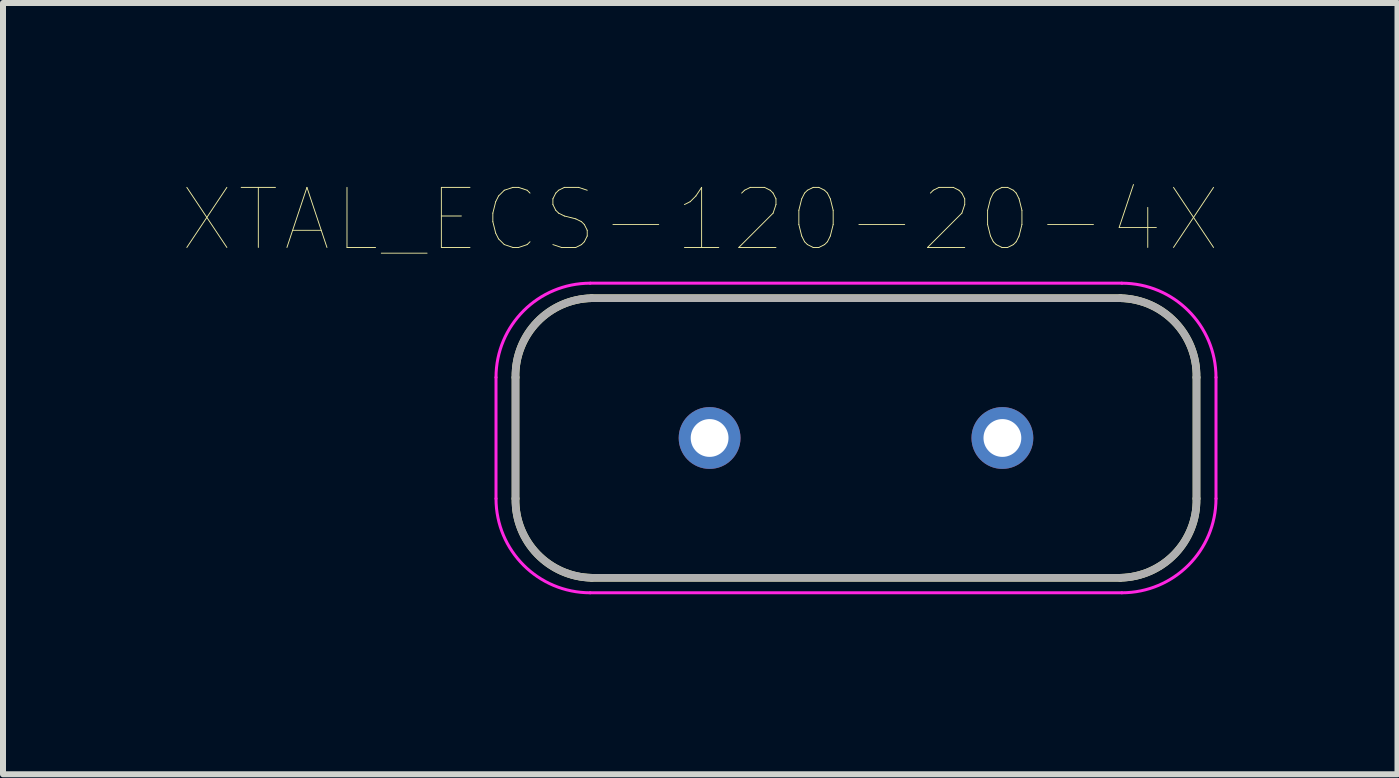
<source format=kicad_pcb>
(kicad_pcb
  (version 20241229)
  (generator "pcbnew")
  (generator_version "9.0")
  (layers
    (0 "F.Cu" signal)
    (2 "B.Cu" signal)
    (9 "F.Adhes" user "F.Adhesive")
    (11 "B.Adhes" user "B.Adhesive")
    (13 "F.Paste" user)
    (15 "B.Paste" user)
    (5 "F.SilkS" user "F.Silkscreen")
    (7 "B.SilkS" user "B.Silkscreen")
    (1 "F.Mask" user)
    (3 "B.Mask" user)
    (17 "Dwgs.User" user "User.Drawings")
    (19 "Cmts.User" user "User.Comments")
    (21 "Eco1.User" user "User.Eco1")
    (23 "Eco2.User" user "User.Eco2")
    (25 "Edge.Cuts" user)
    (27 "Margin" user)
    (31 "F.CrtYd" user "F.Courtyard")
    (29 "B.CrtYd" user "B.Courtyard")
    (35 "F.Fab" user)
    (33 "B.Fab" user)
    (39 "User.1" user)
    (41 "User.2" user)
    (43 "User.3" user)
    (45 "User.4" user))
  (footprint "XTAL_ECS-120-20-4X"
    (layer "F.Cu")
    (at 11.217 4.25)
    (property "Reference" "XTAL_ECS-120-20-4X" (at -2.597 -3.638 0) (layer "F.SilkS") (effects (font (size 1.001 1.001) (thickness 0.015))))
    (attr through_hole)
    (fp_line (start -5.675 1.01) (end -5.675 -1.01) (stroke (width 0.127) (type solid)) (layer "F.SilkS"))
    (fp_line (start -4.405 -2.33) (end 4.405 -2.33) (stroke (width 0.127) (type solid)) (layer "F.SilkS"))
    (fp_line (start 4.405 2.33) (end -4.405 2.33) (stroke (width 0.127) (type solid)) (layer "F.SilkS"))
    (fp_line (start 5.675 -1.01) (end 5.675 1.01) (stroke (width 0.127) (type solid)) (layer "F.SilkS"))
    (fp_arc (start -5.675 -1.01) (mid -5.313381 -1.933026) (end -4.405 -2.33) (stroke (width 0.127) (type solid)) (layer "F.SilkS"))
    (fp_arc (start -4.405 2.33) (mid -5.313381 1.933026) (end -5.675 1.01) (stroke (width 0.127) (type solid)) (layer "F.SilkS"))
    (fp_arc (start 4.405 -2.33) (mid 5.313381 -1.933026) (end 5.675 -1.01) (stroke (width 0.127) (type solid)) (layer "F.SilkS"))
    (fp_arc (start 5.675 1.01) (mid 5.313381 1.933026) (end 4.405 2.33) (stroke (width 0.127) (type solid)) (layer "F.SilkS"))
    (fp_line (start -6 1.01) (end -6 -1.01) (stroke (width 0.05) (type solid)) (layer "F.CrtYd"))
    (fp_line (start -4.43 -2.58) (end 4.43 -2.58) (stroke (width 0.05) (type solid)) (layer "F.CrtYd"))
    (fp_line (start 4.43 2.58) (end -4.43 2.58) (stroke (width 0.05) (type solid)) (layer "F.CrtYd"))
    (fp_line (start 6 -1.01) (end 6 1.01) (stroke (width 0.05) (type solid)) (layer "F.CrtYd"))
    (fp_arc (start -6 -1.01) (mid -5.540158 -2.120158) (end -4.43 -2.58) (stroke (width 0.05) (type solid)) (layer "F.CrtYd"))
    (fp_arc (start -4.43 2.58) (mid -5.540158 2.120158) (end -6 1.01) (stroke (width 0.05) (type solid)) (layer "F.CrtYd"))
    (fp_arc (start 4.43 -2.58) (mid 5.540158 -2.120158) (end 6 -1.01) (stroke (width 0.05) (type solid)) (layer "F.CrtYd"))
    (fp_arc (start 6 1.01) (mid 5.540158 2.120158) (end 4.43 2.58) (stroke (width 0.05) (type solid)) (layer "F.CrtYd"))
    (fp_line (start -5.675 1.01) (end -5.675 -1.01) (stroke (width 0.127) (type solid)) (layer "F.Fab"))
    (fp_line (start -4.405 -2.33) (end 4.405 -2.33) (stroke (width 0.127) (type solid)) (layer "F.Fab"))
    (fp_line (start 4.405 2.33) (end -4.405 2.33) (stroke (width 0.127) (type solid)) (layer "F.Fab"))
    (fp_line (start 5.675 -1.01) (end 5.675 1.01) (stroke (width 0.127) (type solid)) (layer "F.Fab"))
    (fp_arc (start -5.675 -1.01) (mid -5.313381 -1.933026) (end -4.405 -2.33) (stroke (width 0.127) (type solid)) (layer "F.Fab"))
    (fp_arc (start -4.405 2.33) (mid -5.313381 1.933026) (end -5.675 1.01) (stroke (width 0.127) (type solid)) (layer "F.Fab"))
    (fp_arc (start 4.405 -2.33) (mid 5.313381 -1.933026) (end 5.675 -1.01) (stroke (width 0.127) (type solid)) (layer "F.Fab"))
    (fp_arc (start 5.675 1.01) (mid 5.313381 1.933026) (end 4.405 2.33) (stroke (width 0.127) (type solid)) (layer "F.Fab"))
    (pad "1" thru_hole circle (at -2.44 0) (size 1.03 1.03) (drill 0.63) (layers "*.Cu" "*.Mask"))
    (pad "2" thru_hole circle (at 2.44 0) (size 1.03 1.03) (drill 0.63) (layers "*.Cu" "*.Mask")))
  (gr_rect
    (start -3 -3)
    (end 20.242 9.855)
    (stroke (width 0.1) (type default))
    (fill no)
    (layer "Edge.Cuts")))
</source>
